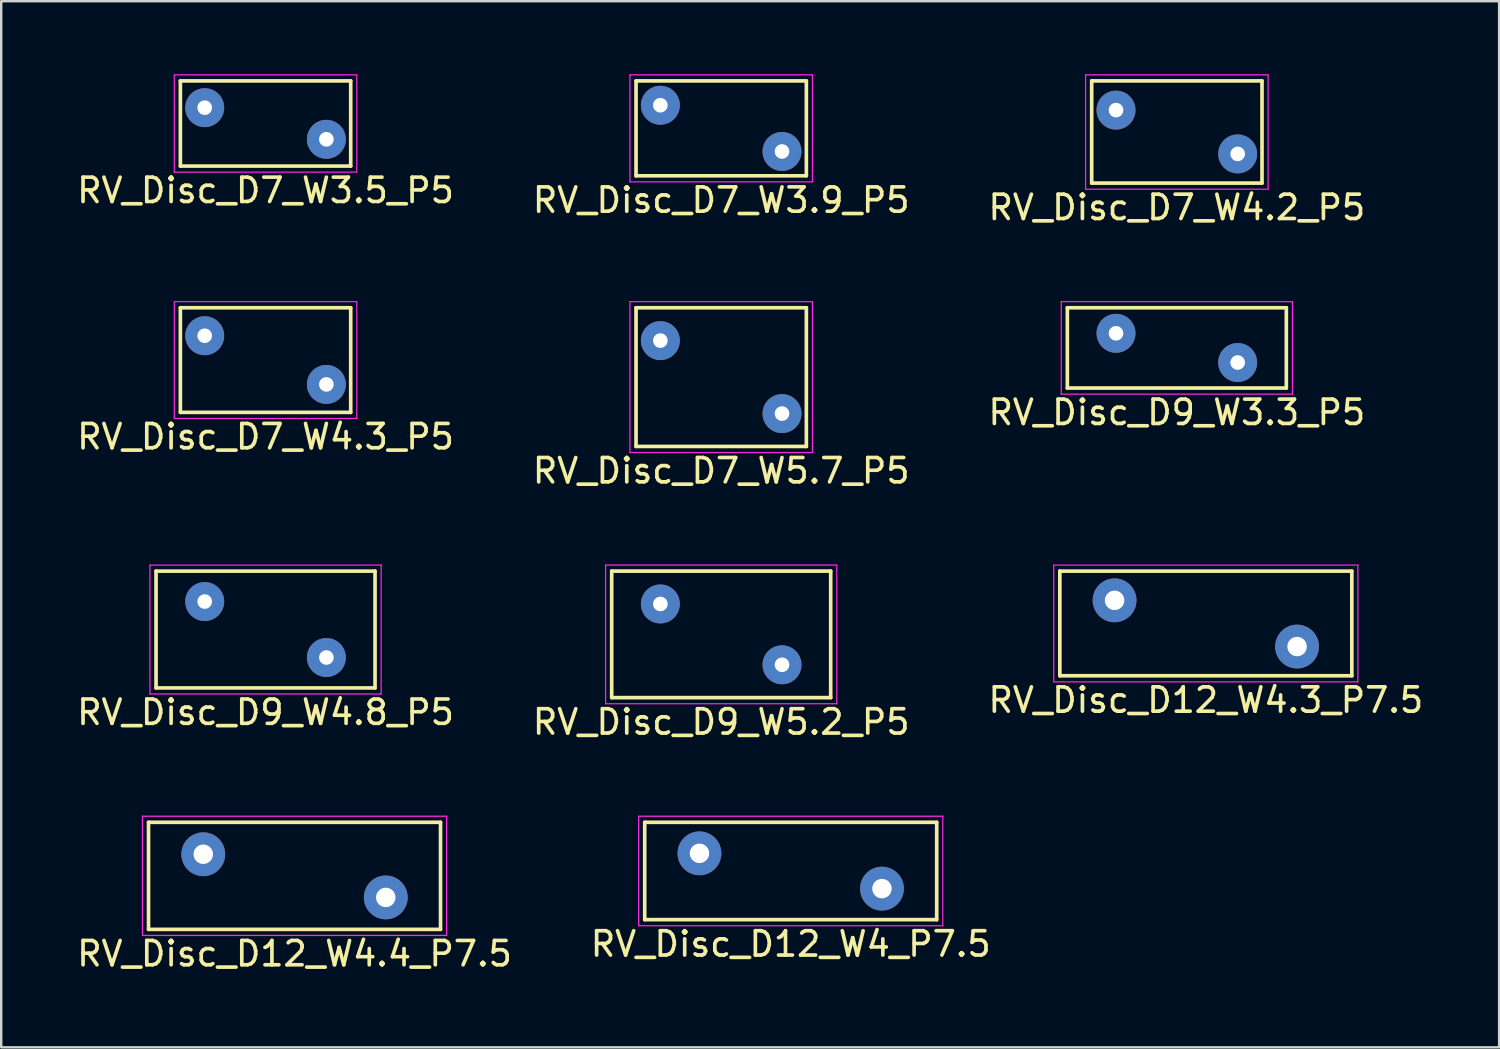
<source format=kicad_pcb>
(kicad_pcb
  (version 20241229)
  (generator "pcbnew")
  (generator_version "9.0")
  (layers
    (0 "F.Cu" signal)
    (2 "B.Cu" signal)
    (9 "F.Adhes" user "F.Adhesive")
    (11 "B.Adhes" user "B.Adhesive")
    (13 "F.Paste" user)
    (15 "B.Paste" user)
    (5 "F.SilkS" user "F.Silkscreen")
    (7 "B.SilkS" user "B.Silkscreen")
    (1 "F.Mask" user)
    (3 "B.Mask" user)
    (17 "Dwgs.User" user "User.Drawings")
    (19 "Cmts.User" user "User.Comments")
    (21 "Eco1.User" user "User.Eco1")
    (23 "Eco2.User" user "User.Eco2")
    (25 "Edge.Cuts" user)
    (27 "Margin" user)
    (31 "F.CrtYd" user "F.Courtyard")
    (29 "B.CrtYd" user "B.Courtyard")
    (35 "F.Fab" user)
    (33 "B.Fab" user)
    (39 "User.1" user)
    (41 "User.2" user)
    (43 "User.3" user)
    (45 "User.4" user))
  (footprint "RV_Disc_D9_W3.3_P5"
    (layer "F.Cu")
    (at 42.815 10.648)
    (property "Reference" "RV_Disc_D9_W3.3_P5" (at 2.5 3.25 0) (layer "F.SilkS") (effects (font (size 1 1) (thickness 0.15))))
    (attr through_hole)
    (fp_line (start -2 -1.05) (end -2 2.25) (stroke (width 0.15) (type solid)) (layer "F.SilkS"))
    (fp_line (start -2 -1.05) (end 7 -1.05) (stroke (width 0.15) (type solid)) (layer "F.SilkS"))
    (fp_line (start -2 2.25) (end 7 2.25) (stroke (width 0.15) (type solid)) (layer "F.SilkS"))
    (fp_line (start 7 -1.05) (end 7 2.25) (stroke (width 0.15) (type solid)) (layer "F.SilkS"))
    (fp_line (start -2.25 -1.3) (end -2.25 2.5) (stroke (width 0.05) (type solid)) (layer "F.CrtYd"))
    (fp_line (start -2.25 -1.3) (end 7.25 -1.3) (stroke (width 0.05) (type solid)) (layer "F.CrtYd"))
    (fp_line (start -2.25 2.5) (end 7.25 2.5) (stroke (width 0.05) (type solid)) (layer "F.CrtYd"))
    (fp_line (start 7.25 -1.3) (end 7.25 2.5) (stroke (width 0.05) (type solid)) (layer "F.CrtYd"))
    (pad "1" thru_hole circle (at 0 0) (size 1.6 1.6) (drill 0.6) (layers "*.Cu" "*.Mask"))
    (pad "2" thru_hole circle (at 5 1.2) (size 1.6 1.6) (drill 0.6) (layers "*.Cu" "*.Mask")))
  (footprint "RV_Disc_D7_W3.5_P5"
    (layer "F.Cu")
    (at 5.363 1.375)
    (property "Reference" "RV_Disc_D7_W3.5_P5" (at 2.5 3.4 0) (layer "F.SilkS") (effects (font (size 1 1) (thickness 0.15))))
    (attr through_hole)
    (fp_line (start -1 -1.1) (end -1 2.4) (stroke (width 0.15) (type solid)) (layer "F.SilkS"))
    (fp_line (start -1 -1.1) (end 6 -1.1) (stroke (width 0.15) (type solid)) (layer "F.SilkS"))
    (fp_line (start -1 2.4) (end 6 2.4) (stroke (width 0.15) (type solid)) (layer "F.SilkS"))
    (fp_line (start 6 -1.1) (end 6 2.4) (stroke (width 0.15) (type solid)) (layer "F.SilkS"))
    (fp_line (start -1.25 -1.35) (end -1.25 2.65) (stroke (width 0.05) (type solid)) (layer "F.CrtYd"))
    (fp_line (start -1.25 -1.35) (end 6.25 -1.35) (stroke (width 0.05) (type solid)) (layer "F.CrtYd"))
    (fp_line (start -1.25 2.65) (end 6.25 2.65) (stroke (width 0.05) (type solid)) (layer "F.CrtYd"))
    (fp_line (start 6.25 -1.35) (end 6.25 2.65) (stroke (width 0.05) (type solid)) (layer "F.CrtYd"))
    (pad "1" thru_hole circle (at 0 0) (size 1.6 1.6) (drill 0.6) (layers "*.Cu" "*.Mask"))
    (pad "2" thru_hole circle (at 5 1.3) (size 1.6 1.6) (drill 0.6) (layers "*.Cu" "*.Mask")))
  (footprint "RV_Disc_D12_W4.3_P7.5"
    (layer "F.Cu")
    (at 42.756 21.622)
    (property "Reference" "RV_Disc_D12_W4.3_P7.5" (at 3.75 4.1 0) (layer "F.SilkS") (effects (font (size 1 1) (thickness 0.15))))
    (attr through_hole)
    (fp_line (start -2.25 -1.2) (end -2.25 3.1) (stroke (width 0.15) (type solid)) (layer "F.SilkS"))
    (fp_line (start -2.25 -1.2) (end 9.75 -1.2) (stroke (width 0.15) (type solid)) (layer "F.SilkS"))
    (fp_line (start -2.25 3.1) (end 9.75 3.1) (stroke (width 0.15) (type solid)) (layer "F.SilkS"))
    (fp_line (start 9.75 -1.2) (end 9.75 3.1) (stroke (width 0.15) (type solid)) (layer "F.SilkS"))
    (fp_line (start -2.5 -1.45) (end -2.5 3.35) (stroke (width 0.05) (type solid)) (layer "F.CrtYd"))
    (fp_line (start -2.5 -1.45) (end 10 -1.45) (stroke (width 0.05) (type solid)) (layer "F.CrtYd"))
    (fp_line (start -2.5 3.35) (end 10 3.35) (stroke (width 0.05) (type solid)) (layer "F.CrtYd"))
    (fp_line (start 10 -1.45) (end 10 3.35) (stroke (width 0.05) (type solid)) (layer "F.CrtYd"))
    (pad "1" thru_hole circle (at 0 0) (size 1.8 1.8) (drill 0.8) (layers "*.Cu" "*.Mask"))
    (pad "2" thru_hole circle (at 7.5 1.9) (size 1.8 1.8) (drill 0.8) (layers "*.Cu" "*.Mask")))
  (footprint "RV_Disc_D7_W3.9_P5"
    (layer "F.Cu")
    (at 24.089 1.275)
    (property "Reference" "RV_Disc_D7_W3.9_P5" (at 2.5 3.9 0) (layer "F.SilkS") (effects (font (size 1 1) (thickness 0.15))))
    (attr through_hole)
    (fp_line (start -1 -1) (end -1 2.9) (stroke (width 0.15) (type solid)) (layer "F.SilkS"))
    (fp_line (start -1 -1) (end 6 -1) (stroke (width 0.15) (type solid)) (layer "F.SilkS"))
    (fp_line (start -1 2.9) (end 6 2.9) (stroke (width 0.15) (type solid)) (layer "F.SilkS"))
    (fp_line (start 6 -1) (end 6 2.9) (stroke (width 0.15) (type solid)) (layer "F.SilkS"))
    (fp_line (start -1.25 -1.25) (end -1.25 3.15) (stroke (width 0.05) (type solid)) (layer "F.CrtYd"))
    (fp_line (start -1.25 -1.25) (end 6.25 -1.25) (stroke (width 0.05) (type solid)) (layer "F.CrtYd"))
    (fp_line (start -1.25 3.15) (end 6.25 3.15) (stroke (width 0.05) (type solid)) (layer "F.CrtYd"))
    (fp_line (start 6.25 -1.25) (end 6.25 3.15) (stroke (width 0.05) (type solid)) (layer "F.CrtYd"))
    (pad "1" thru_hole circle (at 0 0) (size 1.6 1.6) (drill 0.6) (layers "*.Cu" "*.Mask"))
    (pad "2" thru_hole circle (at 5 1.9) (size 1.6 1.6) (drill 0.6) (layers "*.Cu" "*.Mask")))
  (footprint "RV_Disc_D7_W4.2_P5"
    (layer "F.Cu")
    (at 42.815 1.475)
    (property "Reference" "RV_Disc_D7_W4.2_P5" (at 2.5 4 0) (layer "F.SilkS") (effects (font (size 1 1) (thickness 0.15))))
    (attr through_hole)
    (fp_line (start -1 -1.2) (end -1 3) (stroke (width 0.15) (type solid)) (layer "F.SilkS"))
    (fp_line (start -1 -1.2) (end 6 -1.2) (stroke (width 0.15) (type solid)) (layer "F.SilkS"))
    (fp_line (start -1 3) (end 6 3) (stroke (width 0.15) (type solid)) (layer "F.SilkS"))
    (fp_line (start 6 -1.2) (end 6 3) (stroke (width 0.15) (type solid)) (layer "F.SilkS"))
    (fp_line (start -1.25 -1.45) (end -1.25 3.25) (stroke (width 0.05) (type solid)) (layer "F.CrtYd"))
    (fp_line (start -1.25 -1.45) (end 6.25 -1.45) (stroke (width 0.05) (type solid)) (layer "F.CrtYd"))
    (fp_line (start -1.25 3.25) (end 6.25 3.25) (stroke (width 0.05) (type solid)) (layer "F.CrtYd"))
    (fp_line (start 6.25 -1.45) (end 6.25 3.25) (stroke (width 0.05) (type solid)) (layer "F.CrtYd"))
    (pad "1" thru_hole circle (at 0 0) (size 1.6 1.6) (drill 0.6) (layers "*.Cu" "*.Mask"))
    (pad "2" thru_hole circle (at 5 1.8) (size 1.6 1.6) (drill 0.6) (layers "*.Cu" "*.Mask")))
  (footprint "RV_Disc_D9_W4.8_P5"
    (layer "F.Cu")
    (at 5.363 21.672)
    (property "Reference" "RV_Disc_D9_W4.8_P5" (at 2.5 4.55 0) (layer "F.SilkS") (effects (font (size 1 1) (thickness 0.15))))
    (attr through_hole)
    (fp_line (start -2 -1.25) (end -2 3.55) (stroke (width 0.15) (type solid)) (layer "F.SilkS"))
    (fp_line (start -2 -1.25) (end 7 -1.25) (stroke (width 0.15) (type solid)) (layer "F.SilkS"))
    (fp_line (start -2 3.55) (end 7 3.55) (stroke (width 0.15) (type solid)) (layer "F.SilkS"))
    (fp_line (start 7 -1.25) (end 7 3.55) (stroke (width 0.15) (type solid)) (layer "F.SilkS"))
    (fp_line (start -2.25 -1.5) (end -2.25 3.8) (stroke (width 0.05) (type solid)) (layer "F.CrtYd"))
    (fp_line (start -2.25 -1.5) (end 7.25 -1.5) (stroke (width 0.05) (type solid)) (layer "F.CrtYd"))
    (fp_line (start -2.25 3.8) (end 7.25 3.8) (stroke (width 0.05) (type solid)) (layer "F.CrtYd"))
    (fp_line (start 7.25 -1.5) (end 7.25 3.8) (stroke (width 0.05) (type solid)) (layer "F.CrtYd"))
    (pad "1" thru_hole circle (at 0 0) (size 1.6 1.6) (drill 0.6) (layers "*.Cu" "*.Mask"))
    (pad "2" thru_hole circle (at 5 2.3) (size 1.6 1.6) (drill 0.6) (layers "*.Cu" "*.Mask")))
  (footprint "RV_Disc_D7_W4.3_P5"
    (layer "F.Cu")
    (at 5.363 10.748)
    (property "Reference" "RV_Disc_D7_W4.3_P5" (at 2.5 4.15 0) (layer "F.SilkS") (effects (font (size 1 1) (thickness 0.15))))
    (attr through_hole)
    (fp_line (start -1 -1.15) (end -1 3.15) (stroke (width 0.15) (type solid)) (layer "F.SilkS"))
    (fp_line (start -1 -1.15) (end 6 -1.15) (stroke (width 0.15) (type solid)) (layer "F.SilkS"))
    (fp_line (start -1 3.15) (end 6 3.15) (stroke (width 0.15) (type solid)) (layer "F.SilkS"))
    (fp_line (start 6 -1.15) (end 6 3.15) (stroke (width 0.15) (type solid)) (layer "F.SilkS"))
    (fp_line (start -1.25 -1.4) (end -1.25 3.4) (stroke (width 0.05) (type solid)) (layer "F.CrtYd"))
    (fp_line (start -1.25 -1.4) (end 6.25 -1.4) (stroke (width 0.05) (type solid)) (layer "F.CrtYd"))
    (fp_line (start -1.25 3.4) (end 6.25 3.4) (stroke (width 0.05) (type solid)) (layer "F.CrtYd"))
    (fp_line (start 6.25 -1.4) (end 6.25 3.4) (stroke (width 0.05) (type solid)) (layer "F.CrtYd"))
    (pad "1" thru_hole circle (at 0 0) (size 1.6 1.6) (drill 0.6) (layers "*.Cu" "*.Mask"))
    (pad "2" thru_hole circle (at 5 2) (size 1.6 1.6) (drill 0.6) (layers "*.Cu" "*.Mask")))
  (footprint "RV_Disc_D9_W5.2_P5"
    (layer "F.Cu")
    (at 24.089 21.771)
    (property "Reference" "RV_Disc_D9_W5.2_P5" (at 2.5 4.85 0) (layer "F.SilkS") (effects (font (size 1 1) (thickness 0.15))))
    (attr through_hole)
    (fp_line (start -2 -1.35) (end -2 3.85) (stroke (width 0.15) (type solid)) (layer "F.SilkS"))
    (fp_line (start -2 -1.35) (end 7 -1.35) (stroke (width 0.15) (type solid)) (layer "F.SilkS"))
    (fp_line (start -2 3.85) (end 7 3.85) (stroke (width 0.15) (type solid)) (layer "F.SilkS"))
    (fp_line (start 7 -1.35) (end 7 3.85) (stroke (width 0.15) (type solid)) (layer "F.SilkS"))
    (fp_line (start -2.25 -1.6) (end -2.25 4.1) (stroke (width 0.05) (type solid)) (layer "F.CrtYd"))
    (fp_line (start -2.25 -1.6) (end 7.25 -1.6) (stroke (width 0.05) (type solid)) (layer "F.CrtYd"))
    (fp_line (start -2.25 4.1) (end 7.25 4.1) (stroke (width 0.05) (type solid)) (layer "F.CrtYd"))
    (fp_line (start 7.25 -1.6) (end 7.25 4.1) (stroke (width 0.05) (type solid)) (layer "F.CrtYd"))
    (pad "1" thru_hole circle (at 0 0) (size 1.6 1.6) (drill 0.6) (layers "*.Cu" "*.Mask"))
    (pad "2" thru_hole circle (at 5 2.5) (size 1.6 1.6) (drill 0.6) (layers "*.Cu" "*.Mask")))
  (footprint "RV_Disc_D7_W5.7_P5"
    (layer "F.Cu")
    (at 24.089 10.948)
    (property "Reference" "RV_Disc_D7_W5.7_P5" (at 2.5 5.35 0) (layer "F.SilkS") (effects (font (size 1 1) (thickness 0.15))))
    (attr through_hole)
    (fp_line (start -1 -1.35) (end -1 4.35) (stroke (width 0.15) (type solid)) (layer "F.SilkS"))
    (fp_line (start -1 -1.35) (end 6 -1.35) (stroke (width 0.15) (type solid)) (layer "F.SilkS"))
    (fp_line (start -1 4.35) (end 6 4.35) (stroke (width 0.15) (type solid)) (layer "F.SilkS"))
    (fp_line (start 6 -1.35) (end 6 4.35) (stroke (width 0.15) (type solid)) (layer "F.SilkS"))
    (fp_line (start -1.25 -1.6) (end -1.25 4.6) (stroke (width 0.05) (type solid)) (layer "F.CrtYd"))
    (fp_line (start -1.25 -1.6) (end 6.25 -1.6) (stroke (width 0.05) (type solid)) (layer "F.CrtYd"))
    (fp_line (start -1.25 4.6) (end 6.25 4.6) (stroke (width 0.05) (type solid)) (layer "F.CrtYd"))
    (fp_line (start 6.25 -1.6) (end 6.25 4.6) (stroke (width 0.05) (type solid)) (layer "F.CrtYd"))
    (pad "1" thru_hole circle (at 0 0) (size 1.6 1.6) (drill 0.6) (layers "*.Cu" "*.Mask"))
    (pad "2" thru_hole circle (at 5 3) (size 1.6 1.6) (drill 0.6) (layers "*.Cu" "*.Mask")))
  (footprint "RV_Disc_D12_W4_P7.5"
    (layer "F.Cu")
    (at 25.696 32.02)
    (property "Reference" "RV_Disc_D12_W4_P7.5" (at 3.75 3.725 0) (layer "F.SilkS") (effects (font (size 1 1) (thickness 0.15))))
    (attr through_hole)
    (fp_line (start -2.25 -1.275) (end -2.25 2.725) (stroke (width 0.15) (type solid)) (layer "F.SilkS"))
    (fp_line (start -2.25 -1.275) (end 9.75 -1.275) (stroke (width 0.15) (type solid)) (layer "F.SilkS"))
    (fp_line (start -2.25 2.725) (end 9.75 2.725) (stroke (width 0.15) (type solid)) (layer "F.SilkS"))
    (fp_line (start 9.75 -1.275) (end 9.75 2.725) (stroke (width 0.15) (type solid)) (layer "F.SilkS"))
    (fp_line (start -2.5 -1.525) (end -2.5 2.975) (stroke (width 0.05) (type solid)) (layer "F.CrtYd"))
    (fp_line (start -2.5 -1.525) (end 10 -1.525) (stroke (width 0.05) (type solid)) (layer "F.CrtYd"))
    (fp_line (start -2.5 2.975) (end 10 2.975) (stroke (width 0.05) (type solid)) (layer "F.CrtYd"))
    (fp_line (start 10 -1.525) (end 10 2.975) (stroke (width 0.05) (type solid)) (layer "F.CrtYd"))
    (pad "1" thru_hole circle (at 0 0) (size 1.8 1.8) (drill 0.8) (layers "*.Cu" "*.Mask"))
    (pad "2" thru_hole circle (at 7.5 1.45) (size 1.8 1.8) (drill 0.8) (layers "*.Cu" "*.Mask")))
  (footprint "RV_Disc_D12_W4.4_P7.5"
    (layer "F.Cu")
    (at 5.304 32.057)
    (property "Reference" "RV_Disc_D12_W4.4_P7.5" (at 3.75 4.088 0) (layer "F.SilkS") (effects (font (size 1 1) (thickness 0.15))))
    (attr through_hole)
    (fp_line (start -2.25 -1.312) (end -2.25 3.087) (stroke (width 0.15) (type solid)) (layer "F.SilkS"))
    (fp_line (start -2.25 -1.312) (end 9.75 -1.312) (stroke (width 0.15) (type solid)) (layer "F.SilkS"))
    (fp_line (start -2.25 3.087) (end 9.75 3.087) (stroke (width 0.15) (type solid)) (layer "F.SilkS"))
    (fp_line (start 9.75 -1.312) (end 9.75 3.087) (stroke (width 0.15) (type solid)) (layer "F.SilkS"))
    (fp_line (start -2.5 -1.562) (end -2.5 3.337) (stroke (width 0.05) (type solid)) (layer "F.CrtYd"))
    (fp_line (start -2.5 -1.562) (end 10 -1.562) (stroke (width 0.05) (type solid)) (layer "F.CrtYd"))
    (fp_line (start -2.5 3.337) (end 10 3.337) (stroke (width 0.05) (type solid)) (layer "F.CrtYd"))
    (fp_line (start 10 -1.562) (end 10 3.337) (stroke (width 0.05) (type solid)) (layer "F.CrtYd"))
    (pad "1" thru_hole circle (at 0 0) (size 1.8 1.8) (drill 0.8) (layers "*.Cu" "*.Mask"))
    (pad "2" thru_hole circle (at 7.5 1.775) (size 1.8 1.8) (drill 0.8) (layers "*.Cu" "*.Mask")))
  (gr_rect
    (start -3 -3)
    (end 58.56 39.993)
    (stroke (width 0.1) (type default))
    (fill no)
    (layer "Edge.Cuts")))
</source>
